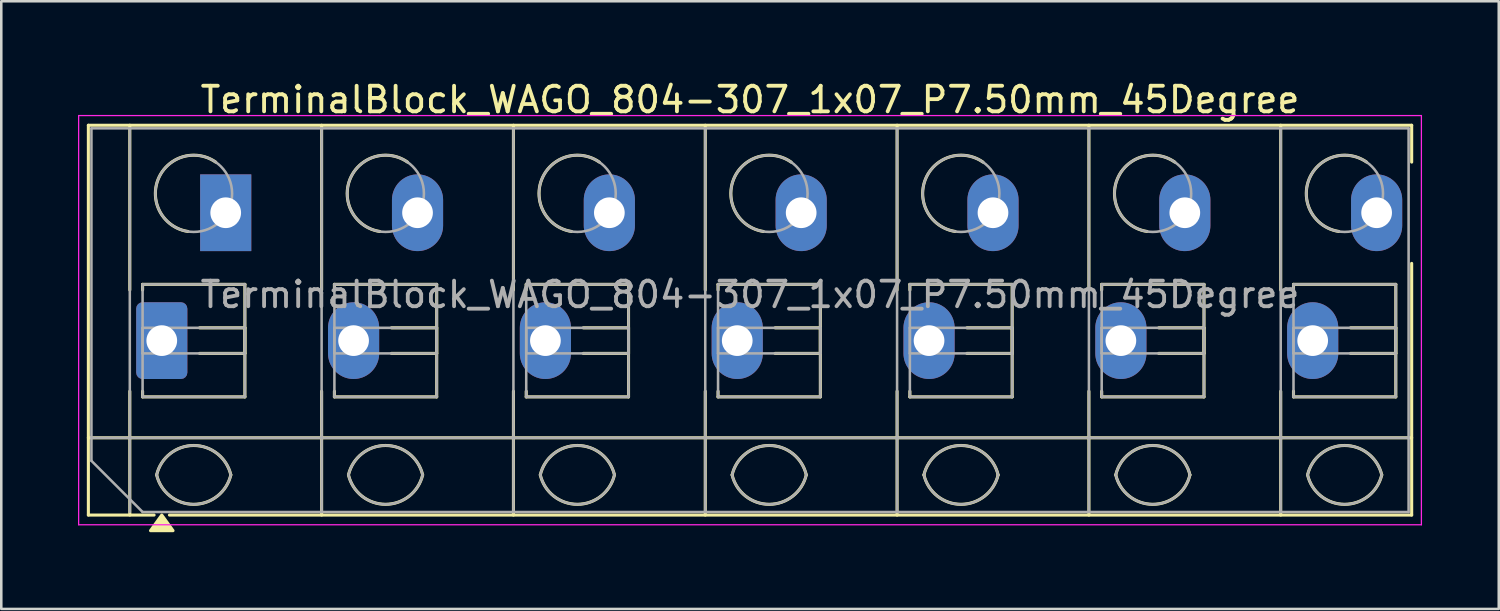
<source format=kicad_pcb>
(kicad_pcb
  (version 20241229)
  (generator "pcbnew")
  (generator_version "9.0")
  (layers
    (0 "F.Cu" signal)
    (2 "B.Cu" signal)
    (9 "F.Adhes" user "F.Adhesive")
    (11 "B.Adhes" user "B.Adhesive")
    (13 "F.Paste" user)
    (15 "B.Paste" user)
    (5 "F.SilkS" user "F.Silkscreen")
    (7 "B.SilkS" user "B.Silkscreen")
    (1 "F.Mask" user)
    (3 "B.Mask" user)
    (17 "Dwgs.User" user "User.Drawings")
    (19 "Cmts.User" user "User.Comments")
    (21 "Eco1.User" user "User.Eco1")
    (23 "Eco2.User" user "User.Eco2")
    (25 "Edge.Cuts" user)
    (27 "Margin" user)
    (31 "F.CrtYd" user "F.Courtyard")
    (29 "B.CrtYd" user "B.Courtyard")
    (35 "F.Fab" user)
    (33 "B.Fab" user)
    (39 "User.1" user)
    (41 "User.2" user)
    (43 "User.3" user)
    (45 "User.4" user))
  (footprint "TerminalBlock_WAGO_804-307_1x07_P7.50mm_45Degree"
    (layer "F.Cu")
    (at 3.275 10.268)
    (property "Reference" "TerminalBlock_WAGO_804-307_1x07_P7.50mm_45Degree" (at 23 -9.42 0) (layer "F.SilkS") (effects (font (size 1 1) (thickness 0.15))))
    (attr through_hole)
    (fp_line (start -2.87 -8.42) (end 48.87 -8.42) (stroke (width 0.12) (type solid)) (layer "F.SilkS"))
    (fp_line (start -2.87 3.8) (end 48.87 3.8) (stroke (width 0.12) (type solid)) (layer "F.SilkS"))
    (fp_line (start -2.87 6.82) (end -2.87 -8.42) (stroke (width 0.12) (type solid)) (layer "F.SilkS"))
    (fp_line (start -1.25 -8.42) (end -1.25 -1.98) (stroke (width 0.12) (type solid)) (layer "F.SilkS"))
    (fp_line (start -1.25 1.98) (end -1.25 6.82) (stroke (width 0.12) (type solid)) (layer "F.SilkS"))
    (fp_line (start -0.75 -2.2) (end 3.25 -2.2) (stroke (width 0.12) (type solid)) (layer "F.SilkS"))
    (fp_line (start -0.75 -1.98) (end -0.75 -2.2) (stroke (width 0.12) (type solid)) (layer "F.SilkS"))
    (fp_line (start -0.75 2.2) (end -0.75 1.98) (stroke (width 0.12) (type solid)) (layer "F.SilkS"))
    (fp_line (start -0.3 6.82) (end -2.87 6.82) (stroke (width 0.12) (type solid)) (layer "F.SilkS"))
    (fp_line (start 1.48 -0.5) (end 3.25 -0.5) (stroke (width 0.12) (type solid)) (layer "F.SilkS"))
    (fp_line (start 3.25 -2.2) (end 3.25 2.2) (stroke (width 0.12) (type solid)) (layer "F.SilkS"))
    (fp_line (start 3.25 -0.5) (end 3.25 0.5) (stroke (width 0.12) (type solid)) (layer "F.SilkS"))
    (fp_line (start 3.25 0.5) (end 1.48 0.5) (stroke (width 0.12) (type solid)) (layer "F.SilkS"))
    (fp_line (start 3.25 2.2) (end -0.75 2.2) (stroke (width 0.12) (type solid)) (layer "F.SilkS"))
    (fp_line (start 6.25 -8.42) (end 6.25 -1.98) (stroke (width 0.12) (type solid)) (layer "F.SilkS"))
    (fp_line (start 6.25 1.98) (end 6.25 6.82) (stroke (width 0.12) (type solid)) (layer "F.SilkS"))
    (fp_line (start 6.75 -2.2) (end 10.75 -2.2) (stroke (width 0.12) (type solid)) (layer "F.SilkS"))
    (fp_line (start 6.75 -1.98) (end 6.75 -2.2) (stroke (width 0.12) (type solid)) (layer "F.SilkS"))
    (fp_line (start 6.75 2.2) (end 6.75 1.98) (stroke (width 0.12) (type solid)) (layer "F.SilkS"))
    (fp_line (start 8.98 -0.5) (end 10.75 -0.5) (stroke (width 0.12) (type solid)) (layer "F.SilkS"))
    (fp_line (start 10.75 -2.2) (end 10.75 2.2) (stroke (width 0.12) (type solid)) (layer "F.SilkS"))
    (fp_line (start 10.75 -0.5) (end 10.75 0.5) (stroke (width 0.12) (type solid)) (layer "F.SilkS"))
    (fp_line (start 10.75 0.5) (end 8.98 0.5) (stroke (width 0.12) (type solid)) (layer "F.SilkS"))
    (fp_line (start 10.75 2.2) (end 6.75 2.2) (stroke (width 0.12) (type solid)) (layer "F.SilkS"))
    (fp_line (start 13.75 -8.42) (end 13.75 -1.98) (stroke (width 0.12) (type solid)) (layer "F.SilkS"))
    (fp_line (start 13.75 1.98) (end 13.75 6.82) (stroke (width 0.12) (type solid)) (layer "F.SilkS"))
    (fp_line (start 14.25 -2.2) (end 18.25 -2.2) (stroke (width 0.12) (type solid)) (layer "F.SilkS"))
    (fp_line (start 14.25 -1.98) (end 14.25 -2.2) (stroke (width 0.12) (type solid)) (layer "F.SilkS"))
    (fp_line (start 14.25 2.2) (end 14.25 1.98) (stroke (width 0.12) (type solid)) (layer "F.SilkS"))
    (fp_line (start 16.48 -0.5) (end 18.25 -0.5) (stroke (width 0.12) (type solid)) (layer "F.SilkS"))
    (fp_line (start 18.25 -2.2) (end 18.25 2.2) (stroke (width 0.12) (type solid)) (layer "F.SilkS"))
    (fp_line (start 18.25 -0.5) (end 18.25 0.5) (stroke (width 0.12) (type solid)) (layer "F.SilkS"))
    (fp_line (start 18.25 0.5) (end 16.48 0.5) (stroke (width 0.12) (type solid)) (layer "F.SilkS"))
    (fp_line (start 18.25 2.2) (end 14.25 2.2) (stroke (width 0.12) (type solid)) (layer "F.SilkS"))
    (fp_line (start 21.25 -8.42) (end 21.25 -1.98) (stroke (width 0.12) (type solid)) (layer "F.SilkS"))
    (fp_line (start 21.25 1.98) (end 21.25 6.82) (stroke (width 0.12) (type solid)) (layer "F.SilkS"))
    (fp_line (start 21.75 -2.2) (end 25.75 -2.2) (stroke (width 0.12) (type solid)) (layer "F.SilkS"))
    (fp_line (start 21.75 -1.98) (end 21.75 -2.2) (stroke (width 0.12) (type solid)) (layer "F.SilkS"))
    (fp_line (start 21.75 2.2) (end 21.75 1.98) (stroke (width 0.12) (type solid)) (layer "F.SilkS"))
    (fp_line (start 23.98 -0.5) (end 25.75 -0.5) (stroke (width 0.12) (type solid)) (layer "F.SilkS"))
    (fp_line (start 25.75 -2.2) (end 25.75 2.2) (stroke (width 0.12) (type solid)) (layer "F.SilkS"))
    (fp_line (start 25.75 -0.5) (end 25.75 0.5) (stroke (width 0.12) (type solid)) (layer "F.SilkS"))
    (fp_line (start 25.75 0.5) (end 23.98 0.5) (stroke (width 0.12) (type solid)) (layer "F.SilkS"))
    (fp_line (start 25.75 2.2) (end 21.75 2.2) (stroke (width 0.12) (type solid)) (layer "F.SilkS"))
    (fp_line (start 28.75 -8.42) (end 28.75 -1.98) (stroke (width 0.12) (type solid)) (layer "F.SilkS"))
    (fp_line (start 28.75 1.98) (end 28.75 6.82) (stroke (width 0.12) (type solid)) (layer "F.SilkS"))
    (fp_line (start 29.25 -2.2) (end 33.25 -2.2) (stroke (width 0.12) (type solid)) (layer "F.SilkS"))
    (fp_line (start 29.25 -1.98) (end 29.25 -2.2) (stroke (width 0.12) (type solid)) (layer "F.SilkS"))
    (fp_line (start 29.25 2.2) (end 29.25 1.98) (stroke (width 0.12) (type solid)) (layer "F.SilkS"))
    (fp_line (start 31.48 -0.5) (end 33.25 -0.5) (stroke (width 0.12) (type solid)) (layer "F.SilkS"))
    (fp_line (start 33.25 -2.2) (end 33.25 2.2) (stroke (width 0.12) (type solid)) (layer "F.SilkS"))
    (fp_line (start 33.25 -0.5) (end 33.25 0.5) (stroke (width 0.12) (type solid)) (layer "F.SilkS"))
    (fp_line (start 33.25 0.5) (end 31.48 0.5) (stroke (width 0.12) (type solid)) (layer "F.SilkS"))
    (fp_line (start 33.25 2.2) (end 29.25 2.2) (stroke (width 0.12) (type solid)) (layer "F.SilkS"))
    (fp_line (start 36.25 -8.42) (end 36.25 -1.98) (stroke (width 0.12) (type solid)) (layer "F.SilkS"))
    (fp_line (start 36.25 1.98) (end 36.25 6.82) (stroke (width 0.12) (type solid)) (layer "F.SilkS"))
    (fp_line (start 36.75 -2.2) (end 40.75 -2.2) (stroke (width 0.12) (type solid)) (layer "F.SilkS"))
    (fp_line (start 36.75 -1.98) (end 36.75 -2.2) (stroke (width 0.12) (type solid)) (layer "F.SilkS"))
    (fp_line (start 36.75 2.2) (end 36.75 1.98) (stroke (width 0.12) (type solid)) (layer "F.SilkS"))
    (fp_line (start 38.98 -0.5) (end 40.75 -0.5) (stroke (width 0.12) (type solid)) (layer "F.SilkS"))
    (fp_line (start 40.75 -2.2) (end 40.75 2.2) (stroke (width 0.12) (type solid)) (layer "F.SilkS"))
    (fp_line (start 40.75 -0.5) (end 40.75 0.5) (stroke (width 0.12) (type solid)) (layer "F.SilkS"))
    (fp_line (start 40.75 0.5) (end 38.98 0.5) (stroke (width 0.12) (type solid)) (layer "F.SilkS"))
    (fp_line (start 40.75 2.2) (end 36.75 2.2) (stroke (width 0.12) (type solid)) (layer "F.SilkS"))
    (fp_line (start 43.75 -8.42) (end 43.75 -1.98) (stroke (width 0.12) (type solid)) (layer "F.SilkS"))
    (fp_line (start 43.75 1.98) (end 43.75 6.82) (stroke (width 0.12) (type solid)) (layer "F.SilkS"))
    (fp_line (start 44.25 -2.2) (end 48.25 -2.2) (stroke (width 0.12) (type solid)) (layer "F.SilkS"))
    (fp_line (start 44.25 -1.98) (end 44.25 -2.2) (stroke (width 0.12) (type solid)) (layer "F.SilkS"))
    (fp_line (start 44.25 2.2) (end 44.25 1.98) (stroke (width 0.12) (type solid)) (layer "F.SilkS"))
    (fp_line (start 46.48 -0.5) (end 48.25 -0.5) (stroke (width 0.12) (type solid)) (layer "F.SilkS"))
    (fp_line (start 48.25 -2.2) (end 48.25 2.2) (stroke (width 0.12) (type solid)) (layer "F.SilkS"))
    (fp_line (start 48.25 -0.5) (end 48.25 0.5) (stroke (width 0.12) (type solid)) (layer "F.SilkS"))
    (fp_line (start 48.25 0.5) (end 46.48 0.5) (stroke (width 0.12) (type solid)) (layer "F.SilkS"))
    (fp_line (start 48.25 2.2) (end 44.25 2.2) (stroke (width 0.12) (type solid)) (layer "F.SilkS"))
    (fp_line (start 48.87 -8.42) (end 48.87 -6.98) (stroke (width 0.12) (type solid)) (layer "F.SilkS"))
    (fp_line (start 48.87 -3.02) (end 48.87 6.82) (stroke (width 0.12) (type solid)) (layer "F.SilkS"))
    (fp_line (start 48.87 6.82) (end 0.3 6.82) (stroke (width 0.12) (type solid)) (layer "F.SilkS"))
    (fp_arc (start -0.2 5.25) (mid 1.25 4.1) (end 2.7 5.25) (stroke (width 0.12) (type solid)) (layer "F.SilkS"))
    (fp_arc (start 1.02 -4.268) (mid -0.141916 -6.309209) (end 2.109 -6.98) (stroke (width 0.12) (type solid)) (layer "F.SilkS"))
    (fp_arc (start 2.7 5.25) (mid 1.25 6.4) (end -0.2 5.25) (stroke (width 0.12) (type solid)) (layer "F.SilkS"))
    (fp_arc (start 7.3 5.25) (mid 8.75 4.1) (end 10.2 5.25) (stroke (width 0.12) (type solid)) (layer "F.SilkS"))
    (fp_arc (start 8.52 -4.268) (mid 7.358084 -6.309209) (end 9.609 -6.98) (stroke (width 0.12) (type solid)) (layer "F.SilkS"))
    (fp_arc (start 10.2 5.25) (mid 8.75 6.4) (end 7.3 5.25) (stroke (width 0.12) (type solid)) (layer "F.SilkS"))
    (fp_arc (start 14.8 5.25) (mid 16.25 4.1) (end 17.7 5.25) (stroke (width 0.12) (type solid)) (layer "F.SilkS"))
    (fp_arc (start 16.02 -4.268) (mid 14.858084 -6.309209) (end 17.109 -6.98) (stroke (width 0.12) (type solid)) (layer "F.SilkS"))
    (fp_arc (start 17.7 5.25) (mid 16.25 6.4) (end 14.8 5.25) (stroke (width 0.12) (type solid)) (layer "F.SilkS"))
    (fp_arc (start 22.3 5.25) (mid 23.75 4.1) (end 25.2 5.25) (stroke (width 0.12) (type solid)) (layer "F.SilkS"))
    (fp_arc (start 23.52 -4.268) (mid 22.358084 -6.309209) (end 24.609 -6.98) (stroke (width 0.12) (type solid)) (layer "F.SilkS"))
    (fp_arc (start 25.2 5.25) (mid 23.75 6.4) (end 22.3 5.25) (stroke (width 0.12) (type solid)) (layer "F.SilkS"))
    (fp_arc (start 29.8 5.25) (mid 31.25 4.1) (end 32.7 5.25) (stroke (width 0.12) (type solid)) (layer "F.SilkS"))
    (fp_arc (start 31.02 -4.268) (mid 29.858084 -6.309209) (end 32.109 -6.98) (stroke (width 0.12) (type solid)) (layer "F.SilkS"))
    (fp_arc (start 32.7 5.25) (mid 31.25 6.4) (end 29.8 5.25) (stroke (width 0.12) (type solid)) (layer "F.SilkS"))
    (fp_arc (start 37.3 5.25) (mid 38.75 4.1) (end 40.2 5.25) (stroke (width 0.12) (type solid)) (layer "F.SilkS"))
    (fp_arc (start 38.52 -4.268) (mid 37.358084 -6.309209) (end 39.609 -6.98) (stroke (width 0.12) (type solid)) (layer "F.SilkS"))
    (fp_arc (start 40.2 5.25) (mid 38.75 6.4) (end 37.3 5.25) (stroke (width 0.12) (type solid)) (layer "F.SilkS"))
    (fp_arc (start 44.8 5.25) (mid 46.25 4.1) (end 47.7 5.25) (stroke (width 0.12) (type solid)) (layer "F.SilkS"))
    (fp_arc (start 46.02 -4.268) (mid 44.858084 -6.309209) (end 47.109 -6.98) (stroke (width 0.12) (type solid)) (layer "F.SilkS"))
    (fp_arc (start 47.7 5.25) (mid 46.25 6.4) (end 44.8 5.25) (stroke (width 0.12) (type solid)) (layer "F.SilkS"))
    (fp_poly (pts (xy 0 6.82) (xy 0.44 7.43) (xy -0.44 7.43)) (stroke (width 0.12) (type solid)) (fill yes) (layer "F.SilkS"))
    (fp_line (start -3.25 -8.8) (end -3.25 7.2) (stroke (width 0.05) (type solid)) (layer "F.CrtYd"))
    (fp_line (start -3.25 7.2) (end 49.25 7.2) (stroke (width 0.05) (type solid)) (layer "F.CrtYd"))
    (fp_line (start 49.25 -8.8) (end -3.25 -8.8) (stroke (width 0.05) (type solid)) (layer "F.CrtYd"))
    (fp_line (start 49.25 7.2) (end 49.25 -8.8) (stroke (width 0.05) (type solid)) (layer "F.CrtYd"))
    (fp_line (start -2.75 -8.3) (end 48.75 -8.3) (stroke (width 0.1) (type solid)) (layer "F.Fab"))
    (fp_line (start -2.75 3.8) (end 48.75 3.8) (stroke (width 0.1) (type solid)) (layer "F.Fab"))
    (fp_line (start -2.75 4.7) (end -2.75 -8.3) (stroke (width 0.1) (type solid)) (layer "F.Fab"))
    (fp_line (start -1.25 -8.3) (end -1.25 6.7) (stroke (width 0.1) (type solid)) (layer "F.Fab"))
    (fp_line (start -0.75 -2.2) (end -0.75 2.2) (stroke (width 0.1) (type solid)) (layer "F.Fab"))
    (fp_line (start -0.75 -0.5) (end -0.75 0.5) (stroke (width 0.1) (type solid)) (layer "F.Fab"))
    (fp_line (start -0.75 0.5) (end 3.25 0.5) (stroke (width 0.1) (type solid)) (layer "F.Fab"))
    (fp_line (start -0.75 2.2) (end 3.25 2.2) (stroke (width 0.1) (type solid)) (layer "F.Fab"))
    (fp_line (start -0.75 6.7) (end -2.75 4.7) (stroke (width 0.1) (type solid)) (layer "F.Fab"))
    (fp_line (start 3.25 -2.2) (end -0.75 -2.2) (stroke (width 0.1) (type solid)) (layer "F.Fab"))
    (fp_line (start 3.25 -0.5) (end -0.75 -0.5) (stroke (width 0.1) (type solid)) (layer "F.Fab"))
    (fp_line (start 3.25 0.5) (end 3.25 -0.5) (stroke (width 0.1) (type solid)) (layer "F.Fab"))
    (fp_line (start 3.25 2.2) (end 3.25 -2.2) (stroke (width 0.1) (type solid)) (layer "F.Fab"))
    (fp_line (start 6.25 -8.3) (end 6.25 6.7) (stroke (width 0.1) (type solid)) (layer "F.Fab"))
    (fp_line (start 6.75 -2.2) (end 6.75 2.2) (stroke (width 0.1) (type solid)) (layer "F.Fab"))
    (fp_line (start 6.75 -0.5) (end 6.75 0.5) (stroke (width 0.1) (type solid)) (layer "F.Fab"))
    (fp_line (start 6.75 0.5) (end 10.75 0.5) (stroke (width 0.1) (type solid)) (layer "F.Fab"))
    (fp_line (start 6.75 2.2) (end 10.75 2.2) (stroke (width 0.1) (type solid)) (layer "F.Fab"))
    (fp_line (start 10.75 -2.2) (end 6.75 -2.2) (stroke (width 0.1) (type solid)) (layer "F.Fab"))
    (fp_line (start 10.75 -0.5) (end 6.75 -0.5) (stroke (width 0.1) (type solid)) (layer "F.Fab"))
    (fp_line (start 10.75 0.5) (end 10.75 -0.5) (stroke (width 0.1) (type solid)) (layer "F.Fab"))
    (fp_line (start 10.75 2.2) (end 10.75 -2.2) (stroke (width 0.1) (type solid)) (layer "F.Fab"))
    (fp_line (start 13.75 -8.3) (end 13.75 6.7) (stroke (width 0.1) (type solid)) (layer "F.Fab"))
    (fp_line (start 14.25 -2.2) (end 14.25 2.2) (stroke (width 0.1) (type solid)) (layer "F.Fab"))
    (fp_line (start 14.25 -0.5) (end 14.25 0.5) (stroke (width 0.1) (type solid)) (layer "F.Fab"))
    (fp_line (start 14.25 0.5) (end 18.25 0.5) (stroke (width 0.1) (type solid)) (layer "F.Fab"))
    (fp_line (start 14.25 2.2) (end 18.25 2.2) (stroke (width 0.1) (type solid)) (layer "F.Fab"))
    (fp_line (start 18.25 -2.2) (end 14.25 -2.2) (stroke (width 0.1) (type solid)) (layer "F.Fab"))
    (fp_line (start 18.25 -0.5) (end 14.25 -0.5) (stroke (width 0.1) (type solid)) (layer "F.Fab"))
    (fp_line (start 18.25 0.5) (end 18.25 -0.5) (stroke (width 0.1) (type solid)) (layer "F.Fab"))
    (fp_line (start 18.25 2.2) (end 18.25 -2.2) (stroke (width 0.1) (type solid)) (layer "F.Fab"))
    (fp_line (start 21.25 -8.3) (end 21.25 6.7) (stroke (width 0.1) (type solid)) (layer "F.Fab"))
    (fp_line (start 21.75 -2.2) (end 21.75 2.2) (stroke (width 0.1) (type solid)) (layer "F.Fab"))
    (fp_line (start 21.75 -0.5) (end 21.75 0.5) (stroke (width 0.1) (type solid)) (layer "F.Fab"))
    (fp_line (start 21.75 0.5) (end 25.75 0.5) (stroke (width 0.1) (type solid)) (layer "F.Fab"))
    (fp_line (start 21.75 2.2) (end 25.75 2.2) (stroke (width 0.1) (type solid)) (layer "F.Fab"))
    (fp_line (start 25.75 -2.2) (end 21.75 -2.2) (stroke (width 0.1) (type solid)) (layer "F.Fab"))
    (fp_line (start 25.75 -0.5) (end 21.75 -0.5) (stroke (width 0.1) (type solid)) (layer "F.Fab"))
    (fp_line (start 25.75 0.5) (end 25.75 -0.5) (stroke (width 0.1) (type solid)) (layer "F.Fab"))
    (fp_line (start 25.75 2.2) (end 25.75 -2.2) (stroke (width 0.1) (type solid)) (layer "F.Fab"))
    (fp_line (start 28.75 -8.3) (end 28.75 6.7) (stroke (width 0.1) (type solid)) (layer "F.Fab"))
    (fp_line (start 29.25 -2.2) (end 29.25 2.2) (stroke (width 0.1) (type solid)) (layer "F.Fab"))
    (fp_line (start 29.25 -0.5) (end 29.25 0.5) (stroke (width 0.1) (type solid)) (layer "F.Fab"))
    (fp_line (start 29.25 0.5) (end 33.25 0.5) (stroke (width 0.1) (type solid)) (layer "F.Fab"))
    (fp_line (start 29.25 2.2) (end 33.25 2.2) (stroke (width 0.1) (type solid)) (layer "F.Fab"))
    (fp_line (start 33.25 -2.2) (end 29.25 -2.2) (stroke (width 0.1) (type solid)) (layer "F.Fab"))
    (fp_line (start 33.25 -0.5) (end 29.25 -0.5) (stroke (width 0.1) (type solid)) (layer "F.Fab"))
    (fp_line (start 33.25 0.5) (end 33.25 -0.5) (stroke (width 0.1) (type solid)) (layer "F.Fab"))
    (fp_line (start 33.25 2.2) (end 33.25 -2.2) (stroke (width 0.1) (type solid)) (layer "F.Fab"))
    (fp_line (start 36.25 -8.3) (end 36.25 6.7) (stroke (width 0.1) (type solid)) (layer "F.Fab"))
    (fp_line (start 36.75 -2.2) (end 36.75 2.2) (stroke (width 0.1) (type solid)) (layer "F.Fab"))
    (fp_line (start 36.75 -0.5) (end 36.75 0.5) (stroke (width 0.1) (type solid)) (layer "F.Fab"))
    (fp_line (start 36.75 0.5) (end 40.75 0.5) (stroke (width 0.1) (type solid)) (layer "F.Fab"))
    (fp_line (start 36.75 2.2) (end 40.75 2.2) (stroke (width 0.1) (type solid)) (layer "F.Fab"))
    (fp_line (start 40.75 -2.2) (end 36.75 -2.2) (stroke (width 0.1) (type solid)) (layer "F.Fab"))
    (fp_line (start 40.75 -0.5) (end 36.75 -0.5) (stroke (width 0.1) (type solid)) (layer "F.Fab"))
    (fp_line (start 40.75 0.5) (end 40.75 -0.5) (stroke (width 0.1) (type solid)) (layer "F.Fab"))
    (fp_line (start 40.75 2.2) (end 40.75 -2.2) (stroke (width 0.1) (type solid)) (layer "F.Fab"))
    (fp_line (start 43.75 -8.3) (end 43.75 6.7) (stroke (width 0.1) (type solid)) (layer "F.Fab"))
    (fp_line (start 44.25 -2.2) (end 44.25 2.2) (stroke (width 0.1) (type solid)) (layer "F.Fab"))
    (fp_line (start 44.25 -0.5) (end 44.25 0.5) (stroke (width 0.1) (type solid)) (layer "F.Fab"))
    (fp_line (start 44.25 0.5) (end 48.25 0.5) (stroke (width 0.1) (type solid)) (layer "F.Fab"))
    (fp_line (start 44.25 2.2) (end 48.25 2.2) (stroke (width 0.1) (type solid)) (layer "F.Fab"))
    (fp_line (start 48.25 -2.2) (end 44.25 -2.2) (stroke (width 0.1) (type solid)) (layer "F.Fab"))
    (fp_line (start 48.25 -0.5) (end 44.25 -0.5) (stroke (width 0.1) (type solid)) (layer "F.Fab"))
    (fp_line (start 48.25 0.5) (end 48.25 -0.5) (stroke (width 0.1) (type solid)) (layer "F.Fab"))
    (fp_line (start 48.25 2.2) (end 48.25 -2.2) (stroke (width 0.1) (type solid)) (layer "F.Fab"))
    (fp_line (start 48.75 -8.3) (end 48.75 6.7) (stroke (width 0.1) (type solid)) (layer "F.Fab"))
    (fp_line (start 48.75 6.7) (end -0.75 6.7) (stroke (width 0.1) (type solid)) (layer "F.Fab"))
    (fp_arc (start -0.2 5.25) (mid 1.25 4.1) (end 2.7 5.25) (stroke (width 0.1) (type solid)) (layer "F.Fab"))
    (fp_arc (start 2.7 5.25) (mid 1.25 6.4) (end -0.2 5.25) (stroke (width 0.1) (type solid)) (layer "F.Fab"))
    (fp_arc (start 7.3 5.25) (mid 8.75 4.1) (end 10.2 5.25) (stroke (width 0.1) (type solid)) (layer "F.Fab"))
    (fp_arc (start 10.2 5.25) (mid 8.75 6.4) (end 7.3 5.25) (stroke (width 0.1) (type solid)) (layer "F.Fab"))
    (fp_arc (start 14.8 5.25) (mid 16.25 4.1) (end 17.7 5.25) (stroke (width 0.1) (type solid)) (layer "F.Fab"))
    (fp_arc (start 17.7 5.25) (mid 16.25 6.4) (end 14.8 5.25) (stroke (width 0.1) (type solid)) (layer "F.Fab"))
    (fp_arc (start 22.3 5.25) (mid 23.75 4.1) (end 25.2 5.25) (stroke (width 0.1) (type solid)) (layer "F.Fab"))
    (fp_arc (start 25.2 5.25) (mid 23.75 6.4) (end 22.3 5.25) (stroke (width 0.1) (type solid)) (layer "F.Fab"))
    (fp_arc (start 29.8 5.25) (mid 31.25 4.1) (end 32.7 5.25) (stroke (width 0.1) (type solid)) (layer "F.Fab"))
    (fp_arc (start 32.7 5.25) (mid 31.25 6.4) (end 29.8 5.25) (stroke (width 0.1) (type solid)) (layer "F.Fab"))
    (fp_arc (start 37.3 5.25) (mid 38.75 4.1) (end 40.2 5.25) (stroke (width 0.1) (type solid)) (layer "F.Fab"))
    (fp_arc (start 40.2 5.25) (mid 38.75 6.4) (end 37.3 5.25) (stroke (width 0.1) (type solid)) (layer "F.Fab"))
    (fp_arc (start 44.8 5.25) (mid 46.25 4.1) (end 47.7 5.25) (stroke (width 0.1) (type solid)) (layer "F.Fab"))
    (fp_arc (start 47.7 5.25) (mid 46.25 6.4) (end 44.8 5.25) (stroke (width 0.1) (type solid)) (layer "F.Fab"))
    (fp_circle (center 1.25 -5.75) (end 2.75 -5.75) (stroke (width 0.1) (type solid)) (fill no) (layer "F.Fab"))
    (fp_circle (center 8.75 -5.75) (end 10.25 -5.75) (stroke (width 0.1) (type solid)) (fill no) (layer "F.Fab"))
    (fp_circle (center 16.25 -5.75) (end 17.75 -5.75) (stroke (width 0.1) (type solid)) (fill no) (layer "F.Fab"))
    (fp_circle (center 23.75 -5.75) (end 25.25 -5.75) (stroke (width 0.1) (type solid)) (fill no) (layer "F.Fab"))
    (fp_circle (center 31.25 -5.75) (end 32.75 -5.75) (stroke (width 0.1) (type solid)) (fill no) (layer "F.Fab"))
    (fp_circle (center 38.75 -5.75) (end 40.25 -5.75) (stroke (width 0.1) (type solid)) (fill no) (layer "F.Fab"))
    (fp_circle (center 46.25 -5.75) (end 47.75 -5.75) (stroke (width 0.1) (type solid)) (fill no) (layer "F.Fab"))
    (fp_text user "${REFERENCE}" (at 23 -1.8 0) (layer "F.Fab") (effects (font (size 1 1) (thickness 0.15))))
    (pad "1" thru_hole roundrect (at 0 0) (size 2 3) (drill 1.2) (layers "*.Cu" "*.Mask") (roundrect_rratio 0.125))
    (pad "1" thru_hole rect (at 2.5 -5) (size 2 3) (drill 1.2) (layers "*.Cu" "*.Mask"))
    (pad "2" thru_hole oval (at 7.5 0) (size 2 3) (drill 1.2) (layers "*.Cu" "*.Mask"))
    (pad "2" thru_hole oval (at 10 -5) (size 2 3) (drill 1.2) (layers "*.Cu" "*.Mask"))
    (pad "3" thru_hole oval (at 15 0) (size 2 3) (drill 1.2) (layers "*.Cu" "*.Mask"))
    (pad "3" thru_hole oval (at 17.5 -5) (size 2 3) (drill 1.2) (layers "*.Cu" "*.Mask"))
    (pad "4" thru_hole oval (at 22.5 0) (size 2 3) (drill 1.2) (layers "*.Cu" "*.Mask"))
    (pad "4" thru_hole oval (at 25 -5) (size 2 3) (drill 1.2) (layers "*.Cu" "*.Mask"))
    (pad "5" thru_hole oval (at 30 0) (size 2 3) (drill 1.2) (layers "*.Cu" "*.Mask"))
    (pad "5" thru_hole oval (at 32.5 -5) (size 2 3) (drill 1.2) (layers "*.Cu" "*.Mask"))
    (pad "6" thru_hole oval (at 37.5 0) (size 2 3) (drill 1.2) (layers "*.Cu" "*.Mask"))
    (pad "6" thru_hole oval (at 40 -5) (size 2 3) (drill 1.2) (layers "*.Cu" "*.Mask"))
    (pad "7" thru_hole oval (at 45 0) (size 2 3) (drill 1.2) (layers "*.Cu" "*.Mask"))
    (pad "7" thru_hole oval (at 47.5 -5) (size 2 3) (drill 1.2) (layers "*.Cu" "*.Mask")))
  (gr_rect
    (start -3 -3)
    (end 55.55 20.758)
    (stroke (width 0.1) (type default))
    (fill no)
    (layer "Edge.Cuts")))
</source>
